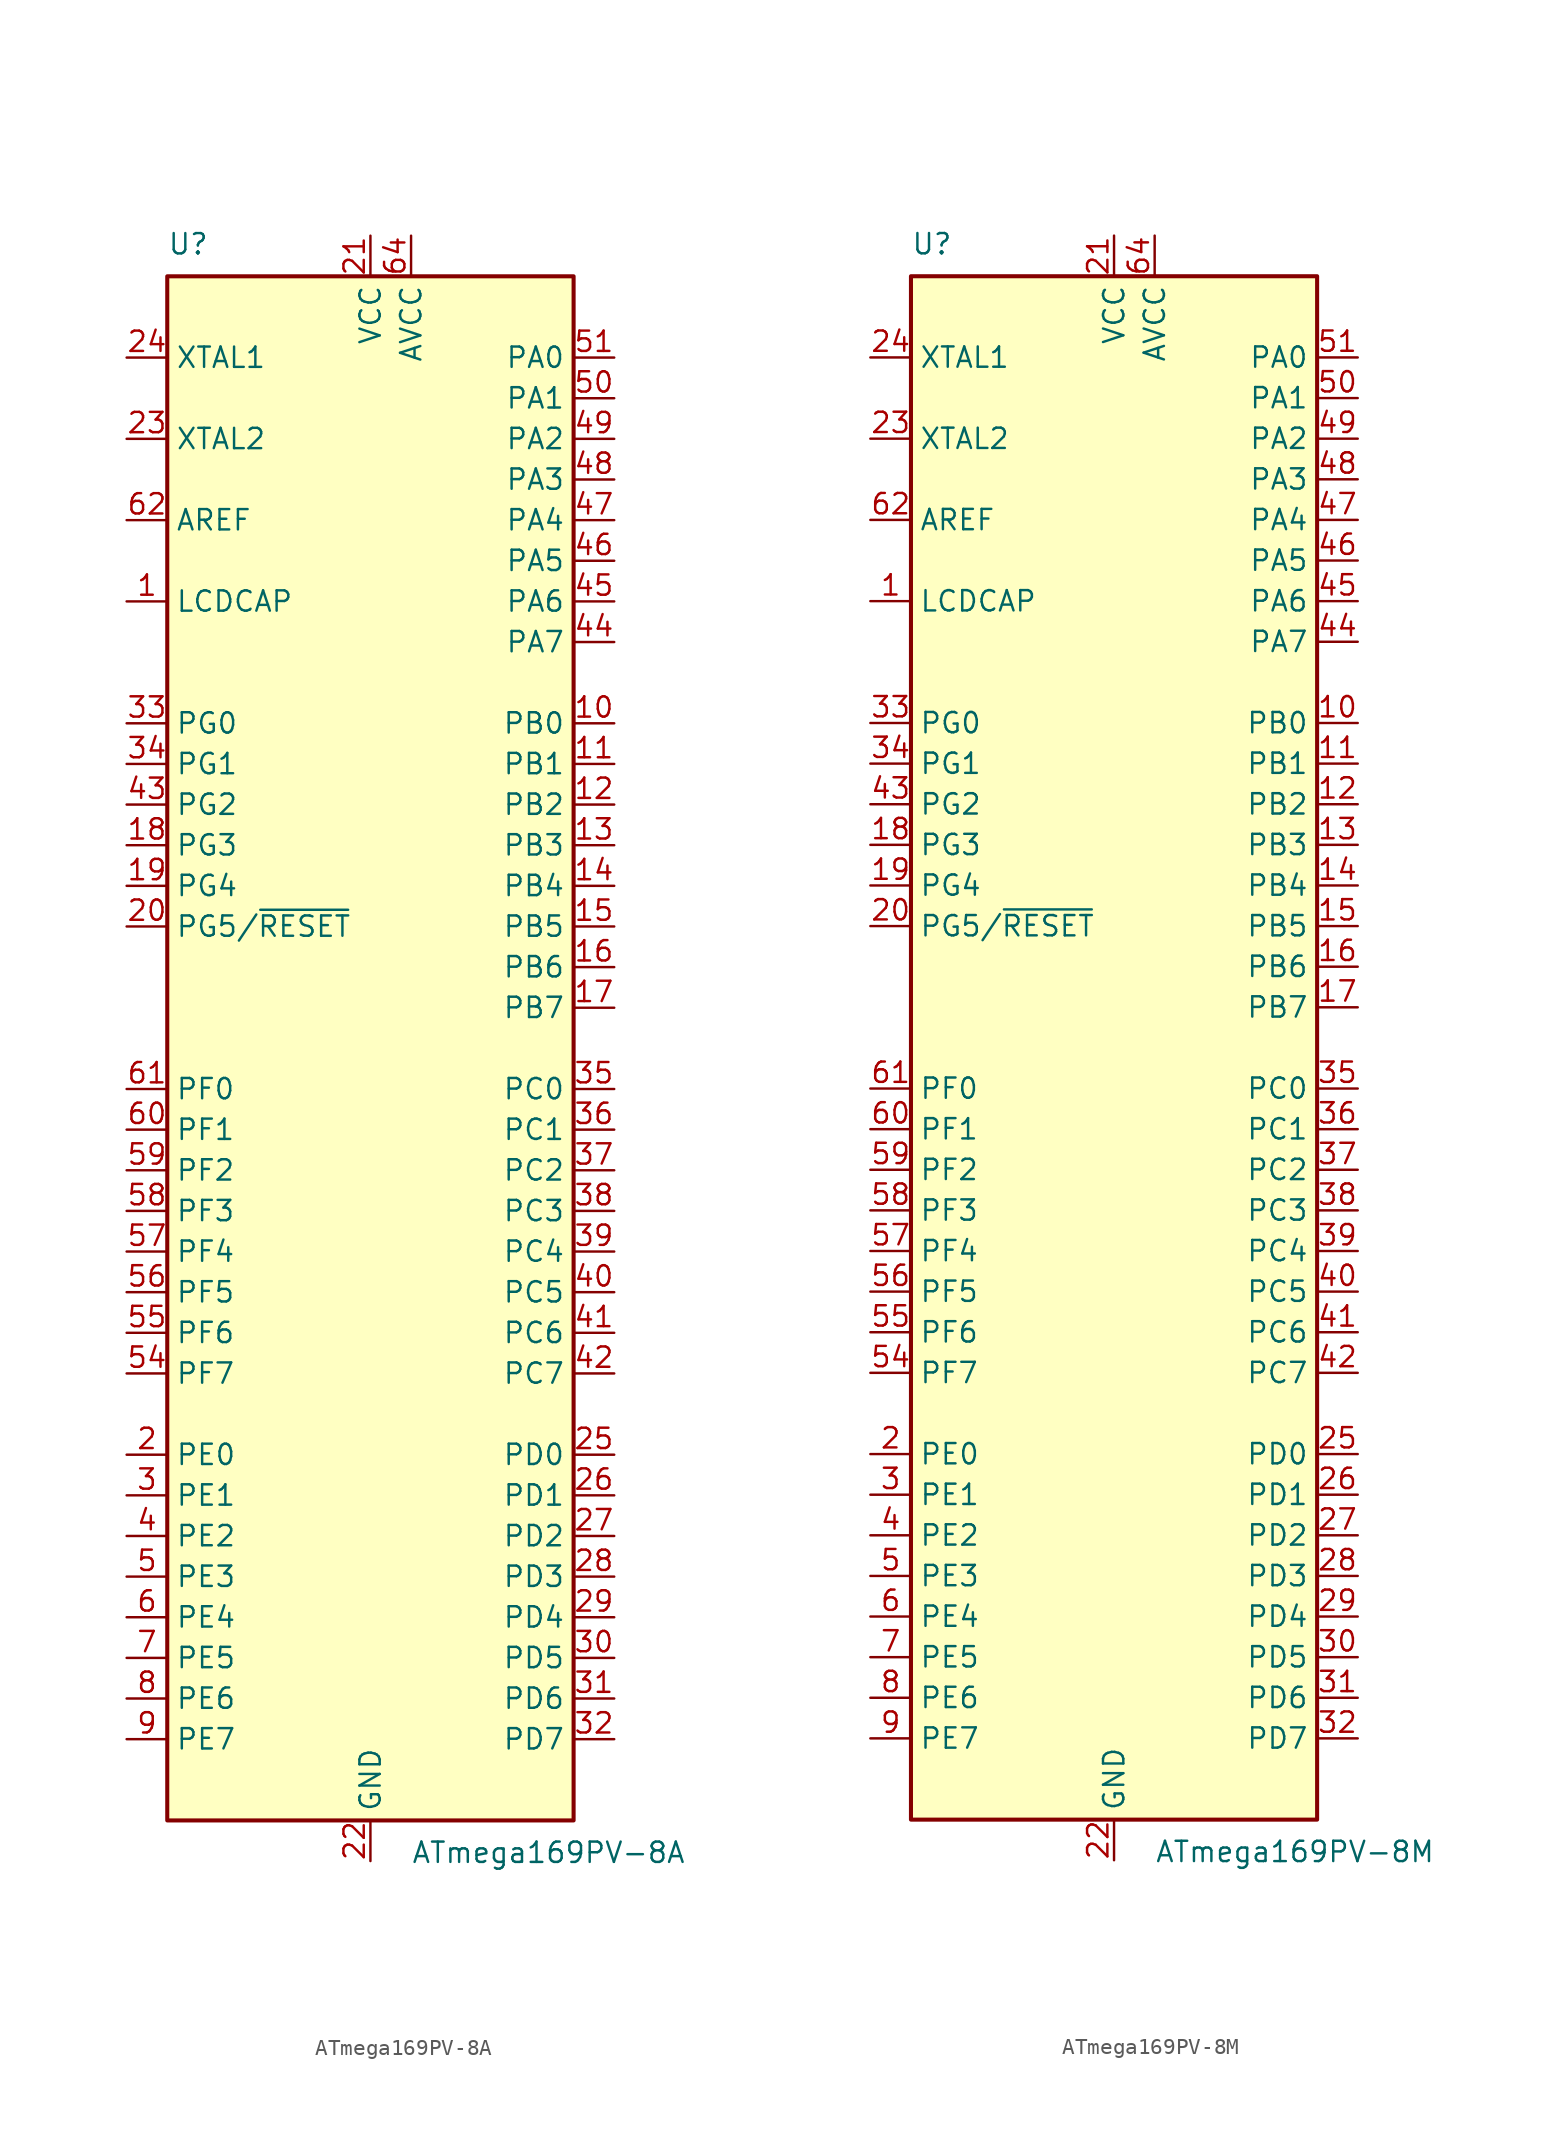
<source format=kicad_sym>
(kicad_symbol_lib
  (version 20201005)
  (generator kicad_symbol_editor)
  (symbol "MCU_Microchip_ATmega:ATmega169PV-8A"
    (property "Reference" "U"
      (at -12.7 49.53 0)
      (effects (font (size 1.27 1.27)) (justify left bottom)))
    (property "Value" "ATmega169PV-8A"
      (at 2.54 -49.53 0)
      (effects (font (size 1.27 1.27)) (justify left top)))
    (symbol "ATmega169PV-8A_0_1"
      (rectangle (start -12.7 -48.26) (end 12.7 48.26) (stroke (width 0.254)) (fill (type background))))
    (symbol "ATmega169PV-8A_1_1"
      (pin passive line (at -15.24 27.94 0) (length 2.54) (name "LCDCAP" (effects (font (size 1.27 1.27)))) (number "1" (effects (font (size 1.27 1.27)))))
      (pin bidirectional line (at 15.24 20.32 180) (length 2.54) (name "PB0" (effects (font (size 1.27 1.27)))) (number "10" (effects (font (size 1.27 1.27)))))
      (pin bidirectional line (at 15.24 17.78 180) (length 2.54) (name "PB1" (effects (font (size 1.27 1.27)))) (number "11" (effects (font (size 1.27 1.27)))))
      (pin bidirectional line (at 15.24 15.24 180) (length 2.54) (name "PB2" (effects (font (size 1.27 1.27)))) (number "12" (effects (font (size 1.27 1.27)))))
      (pin bidirectional line (at 15.24 12.7 180) (length 2.54) (name "PB3" (effects (font (size 1.27 1.27)))) (number "13" (effects (font (size 1.27 1.27)))))
      (pin bidirectional line (at 15.24 10.16 180) (length 2.54) (name "PB4" (effects (font (size 1.27 1.27)))) (number "14" (effects (font (size 1.27 1.27)))))
      (pin bidirectional line (at 15.24 7.62 180) (length 2.54) (name "PB5" (effects (font (size 1.27 1.27)))) (number "15" (effects (font (size 1.27 1.27)))))
      (pin bidirectional line (at 15.24 5.08 180) (length 2.54) (name "PB6" (effects (font (size 1.27 1.27)))) (number "16" (effects (font (size 1.27 1.27)))))
      (pin bidirectional line (at 15.24 2.54 180) (length 2.54) (name "PB7" (effects (font (size 1.27 1.27)))) (number "17" (effects (font (size 1.27 1.27)))))
      (pin bidirectional line (at -15.24 12.7 0) (length 2.54) (name "PG3" (effects (font (size 1.27 1.27)))) (number "18" (effects (font (size 1.27 1.27)))))
      (pin bidirectional line (at -15.24 10.16 0) (length 2.54) (name "PG4" (effects (font (size 1.27 1.27)))) (number "19" (effects (font (size 1.27 1.27)))))
      (pin bidirectional line (at -15.24 -25.4 0) (length 2.54) (name "PE0" (effects (font (size 1.27 1.27)))) (number "2" (effects (font (size 1.27 1.27)))))
      (pin bidirectional line (at -15.24 7.62 0) (length 2.54) (name "PG5/~RESET" (effects (font (size 1.27 1.27)))) (number "20" (effects (font (size 1.27 1.27)))))
      (pin power_in line (at 0 50.8 270) (length 2.54) (name "VCC" (effects (font (size 1.27 1.27)))) (number "21" (effects (font (size 1.27 1.27)))))
      (pin power_in line (at 0 -50.8 90) (length 2.54) (name "GND" (effects (font (size 1.27 1.27)))) (number "22" (effects (font (size 1.27 1.27)))))
      (pin output line (at -15.24 38.1 0) (length 2.54) (name "XTAL2" (effects (font (size 1.27 1.27)))) (number "23" (effects (font (size 1.27 1.27)))))
      (pin input line (at -15.24 43.18 0) (length 2.54) (name "XTAL1" (effects (font (size 1.27 1.27)))) (number "24" (effects (font (size 1.27 1.27)))))
      (pin bidirectional line (at 15.24 -25.4 180) (length 2.54) (name "PD0" (effects (font (size 1.27 1.27)))) (number "25" (effects (font (size 1.27 1.27)))))
      (pin bidirectional line (at 15.24 -27.94 180) (length 2.54) (name "PD1" (effects (font (size 1.27 1.27)))) (number "26" (effects (font (size 1.27 1.27)))))
      (pin bidirectional line (at 15.24 -30.48 180) (length 2.54) (name "PD2" (effects (font (size 1.27 1.27)))) (number "27" (effects (font (size 1.27 1.27)))))
      (pin bidirectional line (at 15.24 -33.02 180) (length 2.54) (name "PD3" (effects (font (size 1.27 1.27)))) (number "28" (effects (font (size 1.27 1.27)))))
      (pin bidirectional line (at 15.24 -35.56 180) (length 2.54) (name "PD4" (effects (font (size 1.27 1.27)))) (number "29" (effects (font (size 1.27 1.27)))))
      (pin bidirectional line (at -15.24 -27.94 0) (length 2.54) (name "PE1" (effects (font (size 1.27 1.27)))) (number "3" (effects (font (size 1.27 1.27)))))
      (pin bidirectional line (at 15.24 -38.1 180) (length 2.54) (name "PD5" (effects (font (size 1.27 1.27)))) (number "30" (effects (font (size 1.27 1.27)))))
      (pin bidirectional line (at 15.24 -40.64 180) (length 2.54) (name "PD6" (effects (font (size 1.27 1.27)))) (number "31" (effects (font (size 1.27 1.27)))))
      (pin bidirectional line (at 15.24 -43.18 180) (length 2.54) (name "PD7" (effects (font (size 1.27 1.27)))) (number "32" (effects (font (size 1.27 1.27)))))
      (pin bidirectional line (at -15.24 20.32 0) (length 2.54) (name "PG0" (effects (font (size 1.27 1.27)))) (number "33" (effects (font (size 1.27 1.27)))))
      (pin bidirectional line (at -15.24 17.78 0) (length 2.54) (name "PG1" (effects (font (size 1.27 1.27)))) (number "34" (effects (font (size 1.27 1.27)))))
      (pin bidirectional line (at 15.24 -2.54 180) (length 2.54) (name "PC0" (effects (font (size 1.27 1.27)))) (number "35" (effects (font (size 1.27 1.27)))))
      (pin bidirectional line (at 15.24 -5.08 180) (length 2.54) (name "PC1" (effects (font (size 1.27 1.27)))) (number "36" (effects (font (size 1.27 1.27)))))
      (pin bidirectional line (at 15.24 -7.62 180) (length 2.54) (name "PC2" (effects (font (size 1.27 1.27)))) (number "37" (effects (font (size 1.27 1.27)))))
      (pin bidirectional line (at 15.24 -10.16 180) (length 2.54) (name "PC3" (effects (font (size 1.27 1.27)))) (number "38" (effects (font (size 1.27 1.27)))))
      (pin bidirectional line (at 15.24 -12.7 180) (length 2.54) (name "PC4" (effects (font (size 1.27 1.27)))) (number "39" (effects (font (size 1.27 1.27)))))
      (pin bidirectional line (at -15.24 -30.48 0) (length 2.54) (name "PE2" (effects (font (size 1.27 1.27)))) (number "4" (effects (font (size 1.27 1.27)))))
      (pin bidirectional line (at 15.24 -15.24 180) (length 2.54) (name "PC5" (effects (font (size 1.27 1.27)))) (number "40" (effects (font (size 1.27 1.27)))))
      (pin bidirectional line (at 15.24 -17.78 180) (length 2.54) (name "PC6" (effects (font (size 1.27 1.27)))) (number "41" (effects (font (size 1.27 1.27)))))
      (pin bidirectional line (at 15.24 -20.32 180) (length 2.54) (name "PC7" (effects (font (size 1.27 1.27)))) (number "42" (effects (font (size 1.27 1.27)))))
      (pin bidirectional line (at -15.24 15.24 0) (length 2.54) (name "PG2" (effects (font (size 1.27 1.27)))) (number "43" (effects (font (size 1.27 1.27)))))
      (pin bidirectional line (at 15.24 25.4 180) (length 2.54) (name "PA7" (effects (font (size 1.27 1.27)))) (number "44" (effects (font (size 1.27 1.27)))))
      (pin bidirectional line (at 15.24 27.94 180) (length 2.54) (name "PA6" (effects (font (size 1.27 1.27)))) (number "45" (effects (font (size 1.27 1.27)))))
      (pin bidirectional line (at 15.24 30.48 180) (length 2.54) (name "PA5" (effects (font (size 1.27 1.27)))) (number "46" (effects (font (size 1.27 1.27)))))
      (pin bidirectional line (at 15.24 33.02 180) (length 2.54) (name "PA4" (effects (font (size 1.27 1.27)))) (number "47" (effects (font (size 1.27 1.27)))))
      (pin bidirectional line (at 15.24 35.56 180) (length 2.54) (name "PA3" (effects (font (size 1.27 1.27)))) (number "48" (effects (font (size 1.27 1.27)))))
      (pin bidirectional line (at 15.24 38.1 180) (length 2.54) (name "PA2" (effects (font (size 1.27 1.27)))) (number "49" (effects (font (size 1.27 1.27)))))
      (pin bidirectional line (at -15.24 -33.02 0) (length 2.54) (name "PE3" (effects (font (size 1.27 1.27)))) (number "5" (effects (font (size 1.27 1.27)))))
      (pin bidirectional line (at 15.24 40.64 180) (length 2.54) (name "PA1" (effects (font (size 1.27 1.27)))) (number "50" (effects (font (size 1.27 1.27)))))
      (pin bidirectional line (at 15.24 43.18 180) (length 2.54) (name "PA0" (effects (font (size 1.27 1.27)))) (number "51" (effects (font (size 1.27 1.27)))))
      (pin passive line (at 0 50.8 270) (length 2.54) hide (name "VCC" (effects (font (size 1.27 1.27)))) (number "52" (effects (font (size 1.27 1.27)))))
      (pin passive line (at 0 -50.8 90) (length 2.54) hide (name "GND" (effects (font (size 1.27 1.27)))) (number "53" (effects (font (size 1.27 1.27)))))
      (pin bidirectional line (at -15.24 -20.32 0) (length 2.54) (name "PF7" (effects (font (size 1.27 1.27)))) (number "54" (effects (font (size 1.27 1.27)))))
      (pin bidirectional line (at -15.24 -17.78 0) (length 2.54) (name "PF6" (effects (font (size 1.27 1.27)))) (number "55" (effects (font (size 1.27 1.27)))))
      (pin bidirectional line (at -15.24 -15.24 0) (length 2.54) (name "PF5" (effects (font (size 1.27 1.27)))) (number "56" (effects (font (size 1.27 1.27)))))
      (pin bidirectional line (at -15.24 -12.7 0) (length 2.54) (name "PF4" (effects (font (size 1.27 1.27)))) (number "57" (effects (font (size 1.27 1.27)))))
      (pin bidirectional line (at -15.24 -10.16 0) (length 2.54) (name "PF3" (effects (font (size 1.27 1.27)))) (number "58" (effects (font (size 1.27 1.27)))))
      (pin bidirectional line (at -15.24 -7.62 0) (length 2.54) (name "PF2" (effects (font (size 1.27 1.27)))) (number "59" (effects (font (size 1.27 1.27)))))
      (pin bidirectional line (at -15.24 -35.56 0) (length 2.54) (name "PE4" (effects (font (size 1.27 1.27)))) (number "6" (effects (font (size 1.27 1.27)))))
      (pin bidirectional line (at -15.24 -5.08 0) (length 2.54) (name "PF1" (effects (font (size 1.27 1.27)))) (number "60" (effects (font (size 1.27 1.27)))))
      (pin bidirectional line (at -15.24 -2.54 0) (length 2.54) (name "PF0" (effects (font (size 1.27 1.27)))) (number "61" (effects (font (size 1.27 1.27)))))
      (pin passive line (at -15.24 33.02 0) (length 2.54) (name "AREF" (effects (font (size 1.27 1.27)))) (number "62" (effects (font (size 1.27 1.27)))))
      (pin passive line (at 0 -50.8 90) (length 2.54) hide (name "GND" (effects (font (size 1.27 1.27)))) (number "63" (effects (font (size 1.27 1.27)))))
      (pin power_in line (at 2.54 50.8 270) (length 2.54) (name "AVCC" (effects (font (size 1.27 1.27)))) (number "64" (effects (font (size 1.27 1.27)))))
      (pin bidirectional line (at -15.24 -38.1 0) (length 2.54) (name "PE5" (effects (font (size 1.27 1.27)))) (number "7" (effects (font (size 1.27 1.27)))))
      (pin bidirectional line (at -15.24 -40.64 0) (length 2.54) (name "PE6" (effects (font (size 1.27 1.27)))) (number "8" (effects (font (size 1.27 1.27)))))
      (pin bidirectional line (at -15.24 -43.18 0) (length 2.54) (name "PE7" (effects (font (size 1.27 1.27)))) (number "9" (effects (font (size 1.27 1.27)))))))
  (symbol "MCU_Microchip_ATmega:ATmega169PV-8M"
    (property "Reference" "U"
      (at -12.7 49.53 0)
      (effects (font (size 1.27 1.27)) (justify left bottom)))
    (property "Value" "ATmega169PV-8M"
      (at 2.54 -49.53 0)
      (effects (font (size 1.27 1.27)) (justify left top)))
    (symbol "ATmega169PV-8M_0_1"
      (rectangle (start -12.7 -48.26) (end 12.7 48.26) (stroke (width 0.254)) (fill (type background))))
    (symbol "ATmega169PV-8M_1_1"
      (pin passive line (at -15.24 27.94 0) (length 2.54) (name "LCDCAP" (effects (font (size 1.27 1.27)))) (number "1" (effects (font (size 1.27 1.27)))))
      (pin bidirectional line (at 15.24 20.32 180) (length 2.54) (name "PB0" (effects (font (size 1.27 1.27)))) (number "10" (effects (font (size 1.27 1.27)))))
      (pin bidirectional line (at 15.24 17.78 180) (length 2.54) (name "PB1" (effects (font (size 1.27 1.27)))) (number "11" (effects (font (size 1.27 1.27)))))
      (pin bidirectional line (at 15.24 15.24 180) (length 2.54) (name "PB2" (effects (font (size 1.27 1.27)))) (number "12" (effects (font (size 1.27 1.27)))))
      (pin bidirectional line (at 15.24 12.7 180) (length 2.54) (name "PB3" (effects (font (size 1.27 1.27)))) (number "13" (effects (font (size 1.27 1.27)))))
      (pin bidirectional line (at 15.24 10.16 180) (length 2.54) (name "PB4" (effects (font (size 1.27 1.27)))) (number "14" (effects (font (size 1.27 1.27)))))
      (pin bidirectional line (at 15.24 7.62 180) (length 2.54) (name "PB5" (effects (font (size 1.27 1.27)))) (number "15" (effects (font (size 1.27 1.27)))))
      (pin bidirectional line (at 15.24 5.08 180) (length 2.54) (name "PB6" (effects (font (size 1.27 1.27)))) (number "16" (effects (font (size 1.27 1.27)))))
      (pin bidirectional line (at 15.24 2.54 180) (length 2.54) (name "PB7" (effects (font (size 1.27 1.27)))) (number "17" (effects (font (size 1.27 1.27)))))
      (pin bidirectional line (at -15.24 12.7 0) (length 2.54) (name "PG3" (effects (font (size 1.27 1.27)))) (number "18" (effects (font (size 1.27 1.27)))))
      (pin bidirectional line (at -15.24 10.16 0) (length 2.54) (name "PG4" (effects (font (size 1.27 1.27)))) (number "19" (effects (font (size 1.27 1.27)))))
      (pin bidirectional line (at -15.24 -25.4 0) (length 2.54) (name "PE0" (effects (font (size 1.27 1.27)))) (number "2" (effects (font (size 1.27 1.27)))))
      (pin bidirectional line (at -15.24 7.62 0) (length 2.54) (name "PG5/~RESET" (effects (font (size 1.27 1.27)))) (number "20" (effects (font (size 1.27 1.27)))))
      (pin power_in line (at 0 50.8 270) (length 2.54) (name "VCC" (effects (font (size 1.27 1.27)))) (number "21" (effects (font (size 1.27 1.27)))))
      (pin power_in line (at 0 -50.8 90) (length 2.54) (name "GND" (effects (font (size 1.27 1.27)))) (number "22" (effects (font (size 1.27 1.27)))))
      (pin output line (at -15.24 38.1 0) (length 2.54) (name "XTAL2" (effects (font (size 1.27 1.27)))) (number "23" (effects (font (size 1.27 1.27)))))
      (pin input line (at -15.24 43.18 0) (length 2.54) (name "XTAL1" (effects (font (size 1.27 1.27)))) (number "24" (effects (font (size 1.27 1.27)))))
      (pin bidirectional line (at 15.24 -25.4 180) (length 2.54) (name "PD0" (effects (font (size 1.27 1.27)))) (number "25" (effects (font (size 1.27 1.27)))))
      (pin bidirectional line (at 15.24 -27.94 180) (length 2.54) (name "PD1" (effects (font (size 1.27 1.27)))) (number "26" (effects (font (size 1.27 1.27)))))
      (pin bidirectional line (at 15.24 -30.48 180) (length 2.54) (name "PD2" (effects (font (size 1.27 1.27)))) (number "27" (effects (font (size 1.27 1.27)))))
      (pin bidirectional line (at 15.24 -33.02 180) (length 2.54) (name "PD3" (effects (font (size 1.27 1.27)))) (number "28" (effects (font (size 1.27 1.27)))))
      (pin bidirectional line (at 15.24 -35.56 180) (length 2.54) (name "PD4" (effects (font (size 1.27 1.27)))) (number "29" (effects (font (size 1.27 1.27)))))
      (pin bidirectional line (at -15.24 -27.94 0) (length 2.54) (name "PE1" (effects (font (size 1.27 1.27)))) (number "3" (effects (font (size 1.27 1.27)))))
      (pin bidirectional line (at 15.24 -38.1 180) (length 2.54) (name "PD5" (effects (font (size 1.27 1.27)))) (number "30" (effects (font (size 1.27 1.27)))))
      (pin bidirectional line (at 15.24 -40.64 180) (length 2.54) (name "PD6" (effects (font (size 1.27 1.27)))) (number "31" (effects (font (size 1.27 1.27)))))
      (pin bidirectional line (at 15.24 -43.18 180) (length 2.54) (name "PD7" (effects (font (size 1.27 1.27)))) (number "32" (effects (font (size 1.27 1.27)))))
      (pin bidirectional line (at -15.24 20.32 0) (length 2.54) (name "PG0" (effects (font (size 1.27 1.27)))) (number "33" (effects (font (size 1.27 1.27)))))
      (pin bidirectional line (at -15.24 17.78 0) (length 2.54) (name "PG1" (effects (font (size 1.27 1.27)))) (number "34" (effects (font (size 1.27 1.27)))))
      (pin bidirectional line (at 15.24 -2.54 180) (length 2.54) (name "PC0" (effects (font (size 1.27 1.27)))) (number "35" (effects (font (size 1.27 1.27)))))
      (pin bidirectional line (at 15.24 -5.08 180) (length 2.54) (name "PC1" (effects (font (size 1.27 1.27)))) (number "36" (effects (font (size 1.27 1.27)))))
      (pin bidirectional line (at 15.24 -7.62 180) (length 2.54) (name "PC2" (effects (font (size 1.27 1.27)))) (number "37" (effects (font (size 1.27 1.27)))))
      (pin bidirectional line (at 15.24 -10.16 180) (length 2.54) (name "PC3" (effects (font (size 1.27 1.27)))) (number "38" (effects (font (size 1.27 1.27)))))
      (pin bidirectional line (at 15.24 -12.7 180) (length 2.54) (name "PC4" (effects (font (size 1.27 1.27)))) (number "39" (effects (font (size 1.27 1.27)))))
      (pin bidirectional line (at -15.24 -30.48 0) (length 2.54) (name "PE2" (effects (font (size 1.27 1.27)))) (number "4" (effects (font (size 1.27 1.27)))))
      (pin bidirectional line (at 15.24 -15.24 180) (length 2.54) (name "PC5" (effects (font (size 1.27 1.27)))) (number "40" (effects (font (size 1.27 1.27)))))
      (pin bidirectional line (at 15.24 -17.78 180) (length 2.54) (name "PC6" (effects (font (size 1.27 1.27)))) (number "41" (effects (font (size 1.27 1.27)))))
      (pin bidirectional line (at 15.24 -20.32 180) (length 2.54) (name "PC7" (effects (font (size 1.27 1.27)))) (number "42" (effects (font (size 1.27 1.27)))))
      (pin bidirectional line (at -15.24 15.24 0) (length 2.54) (name "PG2" (effects (font (size 1.27 1.27)))) (number "43" (effects (font (size 1.27 1.27)))))
      (pin bidirectional line (at 15.24 25.4 180) (length 2.54) (name "PA7" (effects (font (size 1.27 1.27)))) (number "44" (effects (font (size 1.27 1.27)))))
      (pin bidirectional line (at 15.24 27.94 180) (length 2.54) (name "PA6" (effects (font (size 1.27 1.27)))) (number "45" (effects (font (size 1.27 1.27)))))
      (pin bidirectional line (at 15.24 30.48 180) (length 2.54) (name "PA5" (effects (font (size 1.27 1.27)))) (number "46" (effects (font (size 1.27 1.27)))))
      (pin bidirectional line (at 15.24 33.02 180) (length 2.54) (name "PA4" (effects (font (size 1.27 1.27)))) (number "47" (effects (font (size 1.27 1.27)))))
      (pin bidirectional line (at 15.24 35.56 180) (length 2.54) (name "PA3" (effects (font (size 1.27 1.27)))) (number "48" (effects (font (size 1.27 1.27)))))
      (pin bidirectional line (at 15.24 38.1 180) (length 2.54) (name "PA2" (effects (font (size 1.27 1.27)))) (number "49" (effects (font (size 1.27 1.27)))))
      (pin bidirectional line (at -15.24 -33.02 0) (length 2.54) (name "PE3" (effects (font (size 1.27 1.27)))) (number "5" (effects (font (size 1.27 1.27)))))
      (pin bidirectional line (at 15.24 40.64 180) (length 2.54) (name "PA1" (effects (font (size 1.27 1.27)))) (number "50" (effects (font (size 1.27 1.27)))))
      (pin bidirectional line (at 15.24 43.18 180) (length 2.54) (name "PA0" (effects (font (size 1.27 1.27)))) (number "51" (effects (font (size 1.27 1.27)))))
      (pin passive line (at 0 50.8 270) (length 2.54) hide (name "VCC" (effects (font (size 1.27 1.27)))) (number "52" (effects (font (size 1.27 1.27)))))
      (pin passive line (at 0 -50.8 90) (length 2.54) hide (name "GND" (effects (font (size 1.27 1.27)))) (number "53" (effects (font (size 1.27 1.27)))))
      (pin bidirectional line (at -15.24 -20.32 0) (length 2.54) (name "PF7" (effects (font (size 1.27 1.27)))) (number "54" (effects (font (size 1.27 1.27)))))
      (pin bidirectional line (at -15.24 -17.78 0) (length 2.54) (name "PF6" (effects (font (size 1.27 1.27)))) (number "55" (effects (font (size 1.27 1.27)))))
      (pin bidirectional line (at -15.24 -15.24 0) (length 2.54) (name "PF5" (effects (font (size 1.27 1.27)))) (number "56" (effects (font (size 1.27 1.27)))))
      (pin bidirectional line (at -15.24 -12.7 0) (length 2.54) (name "PF4" (effects (font (size 1.27 1.27)))) (number "57" (effects (font (size 1.27 1.27)))))
      (pin bidirectional line (at -15.24 -10.16 0) (length 2.54) (name "PF3" (effects (font (size 1.27 1.27)))) (number "58" (effects (font (size 1.27 1.27)))))
      (pin bidirectional line (at -15.24 -7.62 0) (length 2.54) (name "PF2" (effects (font (size 1.27 1.27)))) (number "59" (effects (font (size 1.27 1.27)))))
      (pin bidirectional line (at -15.24 -35.56 0) (length 2.54) (name "PE4" (effects (font (size 1.27 1.27)))) (number "6" (effects (font (size 1.27 1.27)))))
      (pin bidirectional line (at -15.24 -5.08 0) (length 2.54) (name "PF1" (effects (font (size 1.27 1.27)))) (number "60" (effects (font (size 1.27 1.27)))))
      (pin bidirectional line (at -15.24 -2.54 0) (length 2.54) (name "PF0" (effects (font (size 1.27 1.27)))) (number "61" (effects (font (size 1.27 1.27)))))
      (pin passive line (at -15.24 33.02 0) (length 2.54) (name "AREF" (effects (font (size 1.27 1.27)))) (number "62" (effects (font (size 1.27 1.27)))))
      (pin passive line (at 0 -50.8 90) (length 2.54) hide (name "GND" (effects (font (size 1.27 1.27)))) (number "63" (effects (font (size 1.27 1.27)))))
      (pin power_in line (at 2.54 50.8 270) (length 2.54) (name "AVCC" (effects (font (size 1.27 1.27)))) (number "64" (effects (font (size 1.27 1.27)))))
      (pin passive line (at 0 -50.8 90) (length 2.54) hide (name "GND" (effects (font (size 1.27 1.27)))) (number "65" (effects (font (size 1.27 1.27)))))
      (pin bidirectional line (at -15.24 -38.1 0) (length 2.54) (name "PE5" (effects (font (size 1.27 1.27)))) (number "7" (effects (font (size 1.27 1.27)))))
      (pin bidirectional line (at -15.24 -40.64 0) (length 2.54) (name "PE6" (effects (font (size 1.27 1.27)))) (number "8" (effects (font (size 1.27 1.27)))))
      (pin bidirectional line (at -15.24 -43.18 0) (length 2.54) (name "PE7" (effects (font (size 1.27 1.27)))) (number "9" (effects (font (size 1.27 1.27))))))))
</source>
